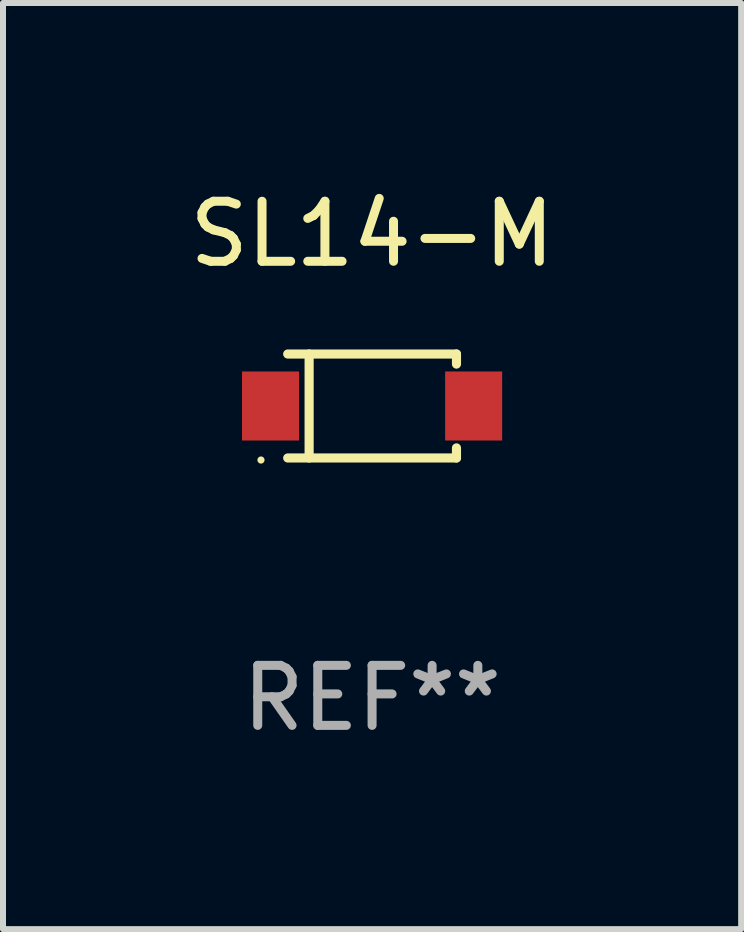
<source format=kicad_pcb>
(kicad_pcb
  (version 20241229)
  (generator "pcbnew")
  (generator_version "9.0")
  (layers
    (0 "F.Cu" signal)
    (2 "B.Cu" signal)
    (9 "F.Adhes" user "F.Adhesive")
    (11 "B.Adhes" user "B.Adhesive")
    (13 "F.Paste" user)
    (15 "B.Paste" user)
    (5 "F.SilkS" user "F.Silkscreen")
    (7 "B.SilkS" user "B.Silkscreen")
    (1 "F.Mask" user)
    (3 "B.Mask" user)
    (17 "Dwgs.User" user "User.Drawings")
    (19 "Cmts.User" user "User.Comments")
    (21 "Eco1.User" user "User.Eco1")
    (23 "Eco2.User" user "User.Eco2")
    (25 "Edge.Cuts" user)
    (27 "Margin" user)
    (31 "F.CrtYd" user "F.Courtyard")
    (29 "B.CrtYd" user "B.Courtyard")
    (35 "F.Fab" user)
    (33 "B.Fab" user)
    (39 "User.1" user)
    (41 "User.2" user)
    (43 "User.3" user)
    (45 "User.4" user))
  (footprint "SL14-M"
    (layer "F.Cu")
    (at 3.149 3.714)
    (property "Reference" "SL14-M" (at 0 -2.866 0) (layer "F.SilkS") (effects (font (size 1 1) (thickness 0.15))))
    (attr through_hole)
    (fp_line (start -1.406 -0.866) (end 1.406 -0.866) (stroke (width 0.152) (type solid)) (layer "F.SilkS"))
    (fp_line (start -1.406 0.866) (end 1.406 0.866) (stroke (width 0.152) (type solid)) (layer "F.SilkS"))
    (fp_line (start -1.049 -0.866) (end -1.049 0.866) (stroke (width 0.152) (type solid)) (layer "F.SilkS"))
    (fp_line (start 1.406 -0.866) (end 1.406 -0.698) (stroke (width 0.152) (type solid)) (layer "F.SilkS"))
    (fp_line (start 1.406 0.866) (end 1.406 0.698) (stroke (width 0.152) (type solid)) (layer "F.SilkS"))
    (fp_circle (center -1.851 0.9) (end -1.821 0.9) (stroke (width 0.06) (type solid)) (fill no) (layer "F.SilkS"))
    (fp_text user "REF**" (at 0 4.866 0) (layer "F.Fab") (effects (font (size 1 1) (thickness 0.15))))
    (pad "1" smd rect (at -1.692 0) (size 0.95 1.15) (layers "F.Cu" "F.Mask" "F.Paste"))
    (pad "2" smd rect (at 1.692 0) (size 0.95 1.15) (layers "F.Cu" "F.Mask" "F.Paste")))
  (gr_rect
    (start -3 -3)
    (end 9.298 12.429)
    (stroke (width 0.1) (type default))
    (fill no)
    (layer "Edge.Cuts")))
</source>
